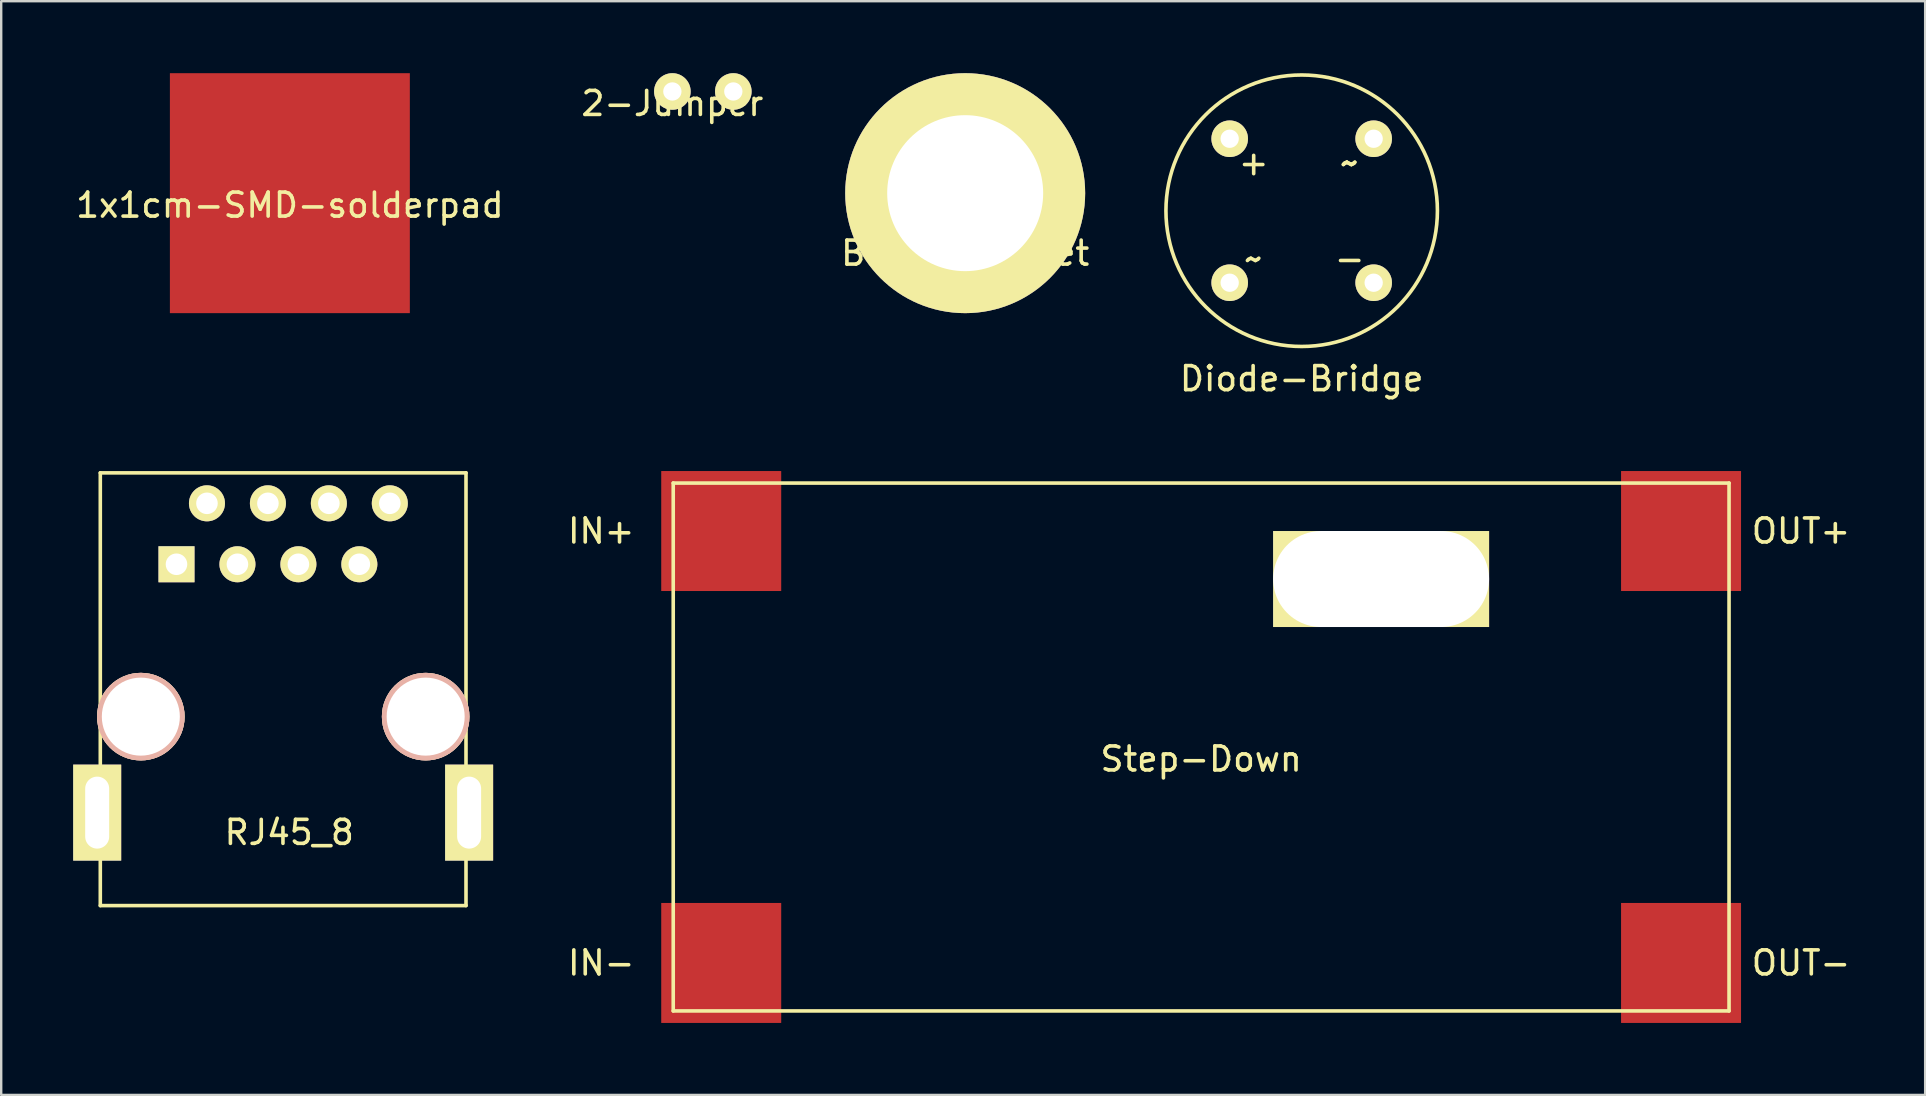
<source format=kicad_pcb>
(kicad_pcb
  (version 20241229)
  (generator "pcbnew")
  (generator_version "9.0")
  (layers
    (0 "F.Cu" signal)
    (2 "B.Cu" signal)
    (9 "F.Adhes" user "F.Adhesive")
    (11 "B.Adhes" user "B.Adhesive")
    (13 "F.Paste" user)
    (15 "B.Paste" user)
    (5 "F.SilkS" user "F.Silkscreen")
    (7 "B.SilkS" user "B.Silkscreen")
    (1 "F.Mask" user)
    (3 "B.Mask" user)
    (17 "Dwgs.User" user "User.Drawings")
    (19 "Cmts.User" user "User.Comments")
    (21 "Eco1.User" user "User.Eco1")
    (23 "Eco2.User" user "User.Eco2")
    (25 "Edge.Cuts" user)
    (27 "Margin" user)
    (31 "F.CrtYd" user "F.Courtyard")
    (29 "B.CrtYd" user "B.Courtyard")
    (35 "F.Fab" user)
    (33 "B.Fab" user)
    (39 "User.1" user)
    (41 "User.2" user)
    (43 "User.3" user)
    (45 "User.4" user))
  (footprint "2-Jumper"
    (layer "F.Cu")
    (at 24.97 0.762)
    (property "Reference" "2-Jumper" (at 0 0.5 0) (layer "F.SilkS") (effects (font (size 1 1) (thickness 0.15))))
    (attr through_hole)
    (pad "1" thru_hole circle (at 0 0) (size 1.524 1.524) (drill 0.762) (layers "*.Cu" "*.Mask" "F.SilkS"))
    (pad "2" thru_hole circle (at 2.54 0) (size 1.524 1.524) (drill 0.762) (layers "*.Cu" "*.Mask" "F.SilkS")))
  (footprint "Diode-Bridge"
    (layer "F.Cu")
    (at 48.196 2.732)
    (property "Reference" "Diode-Bridge" (at 3 10 0) (layer "F.SilkS") (effects (font (size 1 1) (thickness 0.15))))
    (attr through_hole)
    (fp_circle (center 3 3) (end 7 -1) (stroke (width 0.15) (type solid)) (fill no) (layer "F.SilkS"))
    (fp_text user "~" (at 1 5 0) (layer "F.SilkS") (effects (font (size 1 1) (thickness 0.15))))
    (fp_text user "~" (at 5 1 0) (layer "F.SilkS") (effects (font (size 1 1) (thickness 0.15))))
    (fp_text user "-" (at 5 5 0) (layer "F.SilkS") (effects (font (size 1 1) (thickness 0.15))))
    (fp_text user "~" (at 5 1 0) (layer "F.SilkS") (effects (font (size 1 1) (thickness 0.15))))
    (fp_text user "+" (at 1 1 0) (layer "F.SilkS") (effects (font (size 1 1) (thickness 0.15))))
    (pad "1" thru_hole circle (at 6 6) (size 1.524 1.524) (drill 0.762) (layers "*.Cu" "*.Mask" "F.SilkS"))
    (pad "2" thru_hole circle (at 0 6) (size 1.524 1.524) (drill 0.762) (layers "*.Cu" "*.Mask" "F.SilkS"))
    (pad "3" thru_hole circle (at 0 0) (size 1.524 1.524) (drill 0.762) (layers "*.Cu" "*.Mask" "F.SilkS"))
    (pad "4" thru_hole circle (at 6 0) (size 1.524 1.524) (drill 0.762) (layers "*.Cu" "*.Mask" "F.SilkS")))
  (footprint "Step-Down"
    (layer "F.Cu")
    (at 47.006 28.08)
    (property "Reference" "Step-Down" (at 0 0.5 0) (layer "F.SilkS") (effects (font (size 1 1) (thickness 0.15))))
    (attr through_hole)
    (fp_line (start -22 -11) (end 22 -11) (stroke (width 0.15) (type solid)) (layer "F.SilkS"))
    (fp_line (start -22 11) (end -22 -11) (stroke (width 0.15) (type solid)) (layer "F.SilkS"))
    (fp_line (start 22 -11) (end 22 11) (stroke (width 0.15) (type solid)) (layer "F.SilkS"))
    (fp_line (start 22 11) (end -22 11) (stroke (width 0.15) (type solid)) (layer "F.SilkS"))
    (fp_text user "OUT+" (at 25 -9 0) (layer "F.SilkS") (effects (font (size 1 1) (thickness 0.15))))
    (fp_text user "IN-" (at -25 9 0) (layer "F.SilkS") (effects (font (size 1 1) (thickness 0.15))))
    (fp_text user "IN+" (at -25 -9 0) (layer "F.SilkS") (effects (font (size 1 1) (thickness 0.15))))
    (fp_text user "OUT-" (at 25 9 0) (layer "F.SilkS") (effects (font (size 1 1) (thickness 0.15))))
    (pad "" np_thru_hole rect (at 7.5 -7) (size 9 4) (drill oval 9 4) (layers "*.Cu" "*.Mask" "F.SilkS"))
    (pad "1" smd rect (at -20 9) (size 5 5) (layers "F.Cu" "F.Mask" "F.Paste"))
    (pad "2" smd rect (at -20 -9) (size 5 5) (layers "F.Cu" "F.Mask" "F.Paste"))
    (pad "3" smd rect (at 20 -9) (size 5 5) (layers "F.Cu" "F.Mask" "F.Paste"))
    (pad "4" smd rect (at 20 9) (size 5 5) (layers "F.Cu" "F.Mask" "F.Paste")))
  (footprint "1x1cm-SMD-solderpad"
    (layer "F.Cu")
    (at 9.03 5)
    (property "Reference" "1x1cm-SMD-solderpad" (at 0 0.5 0) (layer "F.SilkS") (effects (font (size 1 1) (thickness 0.15))))
    (attr through_hole)
    (pad "1" smd rect (at 0 0) (size 10 10) (layers "F.Cu" "F.Mask" "F.Paste")))
  (footprint "RJ45_8"
    (layer "F.Cu")
    (at 8.75 26.815)
    (property "Reference" "RJ45_8" (at 0.254 4.826 0) (layer "F.SilkS") (effects (font (size 1 1) (thickness 0.15))))
    (attr through_hole)
    (fp_line (start -7.62 -10.16) (end -7.62 7.874) (stroke (width 0.15) (type solid)) (layer "F.SilkS"))
    (fp_line (start -7.62 7.874) (end 7.62 7.874) (stroke (width 0.15) (type solid)) (layer "F.SilkS"))
    (fp_line (start 7.62 -10.16) (end -7.62 -10.16) (stroke (width 0.15) (type solid)) (layer "F.SilkS"))
    (fp_line (start 7.62 7.874) (end 7.62 -10.16) (stroke (width 0.15) (type solid)) (layer "F.SilkS"))
    (pad "" np_thru_hole circle (at -5.931 0) (size 3.65 3.65) (drill 3.251) (layers "*.Cu" "*.SilkS" "*.Mask"))
    (pad "" np_thru_hole circle (at 5.939 0) (size 3.65 3.65) (drill 3.251) (layers "*.Cu" "*.SilkS" "*.Mask"))
    (pad "1" thru_hole rect (at -4.445 -6.35) (size 1.501 1.501) (drill 0.899) (layers "*.Cu" "*.Mask" "F.SilkS"))
    (pad "2" thru_hole circle (at -3.175 -8.89) (size 1.501 1.501) (drill 0.899) (layers "*.Cu" "*.Mask" "F.SilkS"))
    (pad "3" thru_hole circle (at -1.905 -6.35) (size 1.501 1.501) (drill 0.899) (layers "*.Cu" "*.Mask" "F.SilkS"))
    (pad "4" thru_hole circle (at -0.635 -8.89) (size 1.501 1.501) (drill 0.899) (layers "*.Cu" "*.Mask" "F.SilkS"))
    (pad "5" thru_hole circle (at 0.635 -6.35) (size 1.501 1.501) (drill 0.899) (layers "*.Cu" "*.Mask" "F.SilkS"))
    (pad "6" thru_hole circle (at 1.905 -8.89) (size 1.501 1.501) (drill 0.899) (layers "*.Cu" "*.Mask" "F.SilkS"))
    (pad "7" thru_hole circle (at 3.175 -6.35) (size 1.501 1.501) (drill 0.899) (layers "*.Cu" "*.Mask" "F.SilkS"))
    (pad "8" thru_hole circle (at 4.445 -8.89) (size 1.501 1.501) (drill 0.899) (layers "*.Cu" "*.Mask" "F.SilkS"))
    (pad "9" thru_hole rect (at -7.75 4) (size 2 4) (drill oval 1 3) (layers "*.Cu" "*.Mask" "F.SilkS"))
    (pad "9" thru_hole rect (at 7.75 4) (size 2 4) (drill oval 1 3) (layers "*.Cu" "*.Mask" "F.SilkS")))
  (footprint "Bananasocket"
    (layer "F.Cu")
    (at 37.173 7)
    (property "Reference" "Bananasocket" (at 0 0.5 0) (layer "F.SilkS") (effects (font (size 1 1) (thickness 0.15))))
    (attr through_hole)
    (pad "1" thru_hole circle (at 0 -2) (size 10 10) (drill 6.5) (layers "*.Cu" "*.Mask" "F.SilkS")))
  (gr_rect
    (start -3 -3)
    (end 77.179 42.58)
    (stroke (width 0.1) (type default))
    (fill no)
    (layer "Edge.Cuts")))
</source>
